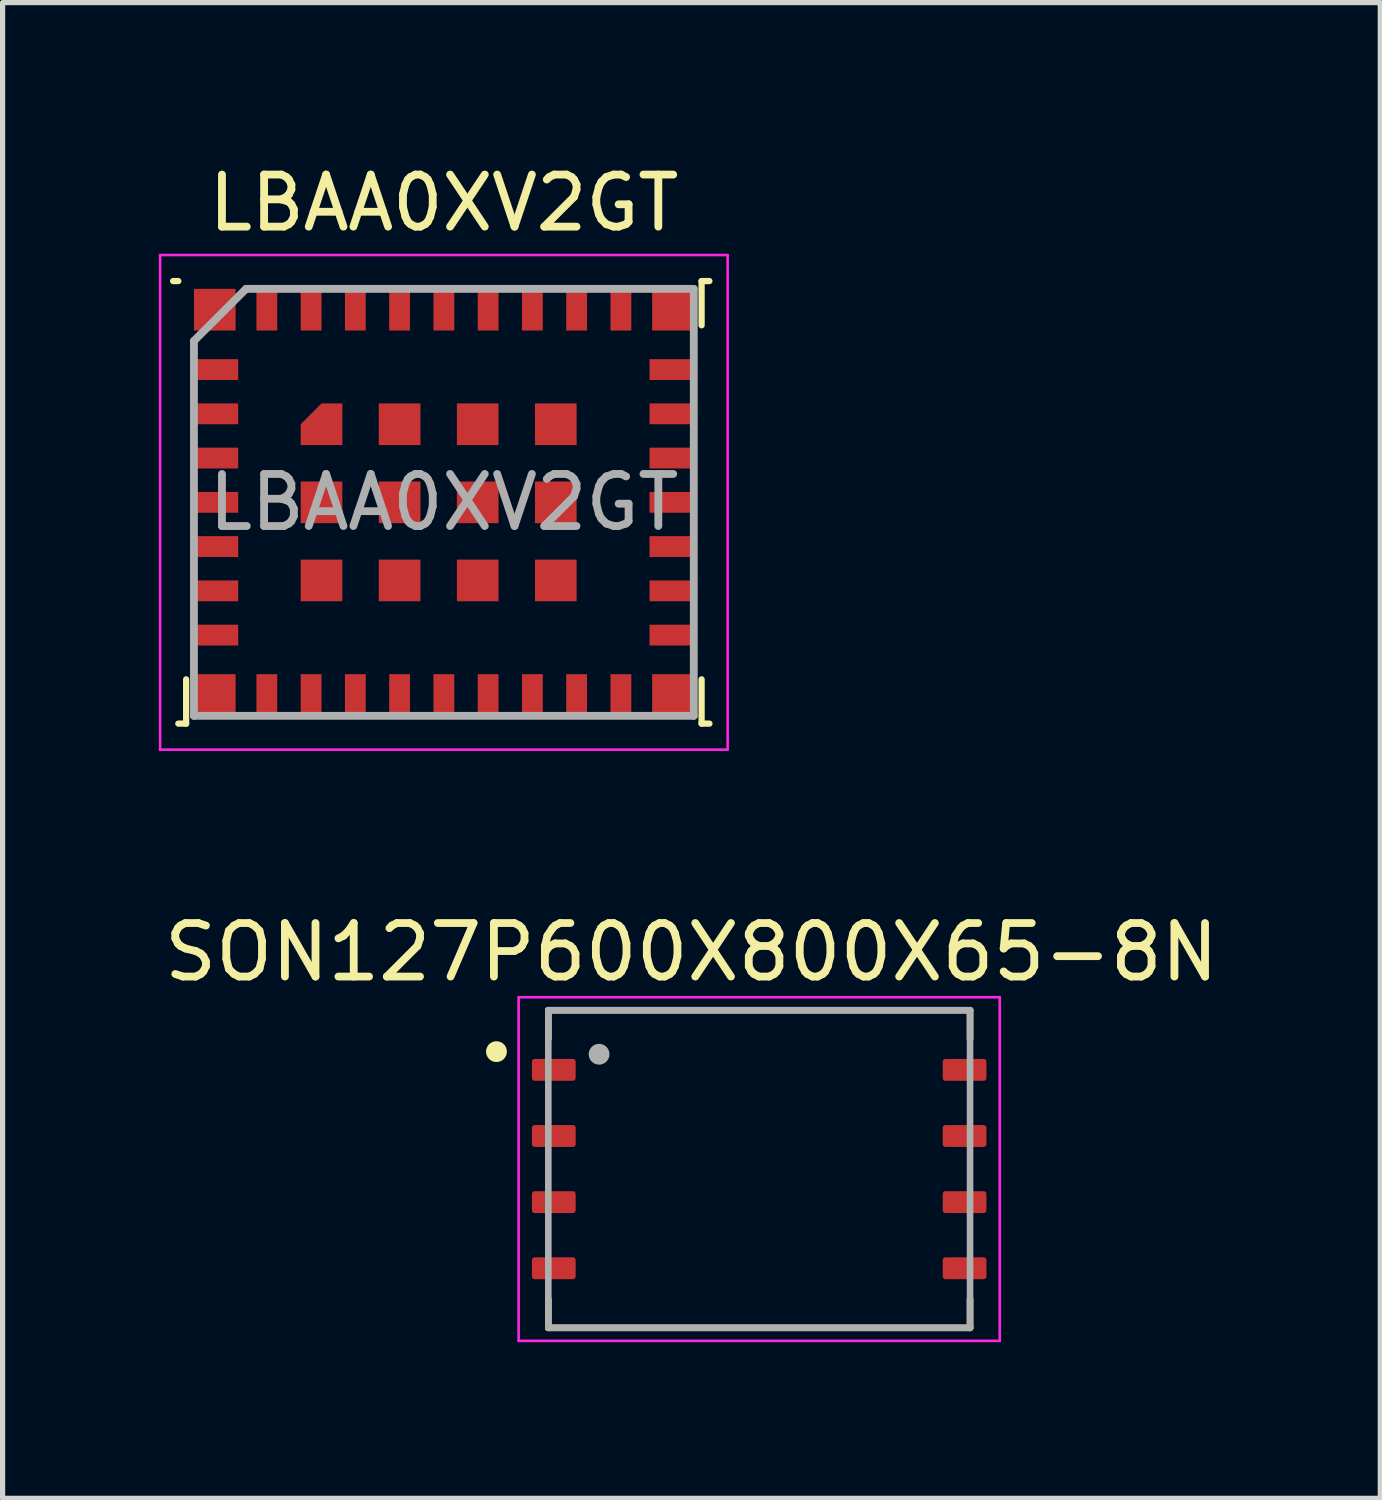
<source format=kicad_pcb>
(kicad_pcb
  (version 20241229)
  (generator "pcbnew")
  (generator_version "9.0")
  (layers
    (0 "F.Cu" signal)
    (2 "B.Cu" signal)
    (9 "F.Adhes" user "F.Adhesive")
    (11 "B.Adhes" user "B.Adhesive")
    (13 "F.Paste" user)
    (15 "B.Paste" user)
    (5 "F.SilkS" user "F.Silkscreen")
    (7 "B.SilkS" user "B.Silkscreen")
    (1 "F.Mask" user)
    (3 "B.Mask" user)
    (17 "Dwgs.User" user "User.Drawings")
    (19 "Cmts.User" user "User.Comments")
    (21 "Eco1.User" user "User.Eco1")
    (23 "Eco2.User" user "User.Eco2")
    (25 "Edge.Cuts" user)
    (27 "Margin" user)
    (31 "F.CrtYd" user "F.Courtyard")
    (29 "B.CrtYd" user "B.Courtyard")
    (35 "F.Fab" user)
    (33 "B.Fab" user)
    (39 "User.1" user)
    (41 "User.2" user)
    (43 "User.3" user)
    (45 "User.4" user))
  (footprint "LBAA0XV2GT"
    (layer "F.Cu")
    (at 5.475 6.598)
    (property "Reference" "LBAA0XV2GT" (at 0 -5.75 0) (layer "F.SilkS") (effects (font (size 1 1) (thickness 0.15))))
    (attr smd)
    (fp_line (start -5.1 -4.25) (end -5.2 -4.25) (stroke (width 0.12) (type default)) (layer "F.SilkS"))
    (fp_line (start -5.1 4.25) (end -4.95 4.25) (stroke (width 0.12) (type default)) (layer "F.SilkS"))
    (fp_line (start -4.95 4.25) (end -4.95 3.4) (stroke (width 0.12) (type default)) (layer "F.SilkS"))
    (fp_line (start 4.95 -4.25) (end 4.95 -3.4) (stroke (width 0.12) (type default)) (layer "F.SilkS"))
    (fp_line (start 4.95 4.25) (end 4.95 3.4) (stroke (width 0.12) (type default)) (layer "F.SilkS"))
    (fp_line (start 5.1 -4.25) (end 4.95 -4.25) (stroke (width 0.12) (type default)) (layer "F.SilkS"))
    (fp_line (start 5.1 4.25) (end 4.95 4.25) (stroke (width 0.12) (type default)) (layer "F.SilkS"))
    (fp_line (start -5.45 -4.75) (end 5.45 -4.75) (stroke (width 0.05) (type default)) (layer "F.CrtYd"))
    (fp_line (start -5.45 4.75) (end -5.45 -4.75) (stroke (width 0.05) (type default)) (layer "F.CrtYd"))
    (fp_line (start 5.45 -4.75) (end 5.45 4.75) (stroke (width 0.05) (type default)) (layer "F.CrtYd"))
    (fp_line (start 5.45 4.75) (end -5.45 4.75) (stroke (width 0.05) (type default)) (layer "F.CrtYd"))
    (fp_line (start -4.8 -3.1) (end -4.8 4.1) (stroke (width 0.15) (type default)) (layer "F.Fab"))
    (fp_line (start -4.8 4.1) (end 4.8 4.1) (stroke (width 0.15) (type default)) (layer "F.Fab"))
    (fp_line (start -3.8 -4.1) (end -4.8 -3.1) (stroke (width 0.15) (type default)) (layer "F.Fab"))
    (fp_line (start 4.8 -4.1) (end -3.8 -4.1) (stroke (width 0.15) (type default)) (layer "F.Fab"))
    (fp_line (start 4.8 4.1) (end 4.8 -4.1) (stroke (width 0.15) (type default)) (layer "F.Fab"))
    (fp_text user "${REFERENCE}" (at 0 0 0) (layer "F.Fab") (effects (font (size 1 1) (thickness 0.15))))
    (pad "1" smd rect (at -4.35 -2.55 90) (size 0.4 0.8) (layers "F.Cu" "F.Mask" "F.Paste"))
    (pad "2" smd rect (at -4.35 -1.7 90) (size 0.4 0.8) (layers "F.Cu" "F.Mask" "F.Paste"))
    (pad "3" smd rect (at -4.35 -0.85 90) (size 0.4 0.8) (layers "F.Cu" "F.Mask" "F.Paste"))
    (pad "4" smd rect (at -4.35 0 90) (size 0.4 0.8) (layers "F.Cu" "F.Mask" "F.Paste"))
    (pad "5" smd rect (at -4.35 0.85 90) (size 0.4 0.8) (layers "F.Cu" "F.Mask" "F.Paste"))
    (pad "6" smd rect (at -4.35 1.7 90) (size 0.4 0.8) (layers "F.Cu" "F.Mask" "F.Paste"))
    (pad "7" smd rect (at -4.35 2.55 90) (size 0.4 0.8) (layers "F.Cu" "F.Mask" "F.Paste"))
    (pad "8" smd rect (at -4.4 3.7) (size 0.8 0.8) (layers "F.Cu" "F.Mask" "F.Paste"))
    (pad "9" smd rect (at -3.4 3.7) (size 0.4 0.8) (layers "F.Cu" "F.Mask" "F.Paste"))
    (pad "10" smd rect (at -2.55 3.7) (size 0.4 0.8) (layers "F.Cu" "F.Mask" "F.Paste"))
    (pad "11" smd rect (at -1.7 3.7) (size 0.4 0.8) (layers "F.Cu" "F.Mask" "F.Paste"))
    (pad "12" smd rect (at -0.85 3.7) (size 0.4 0.8) (layers "F.Cu" "F.Mask" "F.Paste"))
    (pad "13" smd rect (at 0 3.7) (size 0.4 0.8) (layers "F.Cu" "F.Mask" "F.Paste"))
    (pad "14" smd rect (at 0.85 3.7) (size 0.4 0.8) (layers "F.Cu" "F.Mask" "F.Paste"))
    (pad "15" smd rect (at 1.7 3.7) (size 0.4 0.8) (layers "F.Cu" "F.Mask" "F.Paste"))
    (pad "16" smd rect (at 2.55 3.7) (size 0.4 0.8) (layers "F.Cu" "F.Mask" "F.Paste"))
    (pad "17" smd rect (at 3.4 3.7) (size 0.4 0.8) (layers "F.Cu" "F.Mask" "F.Paste"))
    (pad "18" smd rect (at 4.4 3.7) (size 0.8 0.8) (layers "F.Cu" "F.Mask" "F.Paste"))
    (pad "19" smd rect (at 4.35 2.55 90) (size 0.4 0.8) (layers "F.Cu" "F.Mask" "F.Paste"))
    (pad "20" smd rect (at 4.35 1.7 90) (size 0.4 0.8) (layers "F.Cu" "F.Mask" "F.Paste"))
    (pad "21" smd rect (at 4.35 0.85 90) (size 0.4 0.8) (layers "F.Cu" "F.Mask" "F.Paste"))
    (pad "22" smd rect (at 4.35 0 90) (size 0.4 0.8) (layers "F.Cu" "F.Mask" "F.Paste"))
    (pad "23" smd rect (at 4.35 -0.85 90) (size 0.4 0.8) (layers "F.Cu" "F.Mask" "F.Paste"))
    (pad "24" smd rect (at 4.35 -1.7 90) (size 0.4 0.8) (layers "F.Cu" "F.Mask" "F.Paste"))
    (pad "25" smd rect (at 4.35 -2.55 90) (size 0.4 0.8) (layers "F.Cu" "F.Mask" "F.Paste"))
    (pad "26" smd rect (at 4.4 -3.7) (size 0.8 0.8) (layers "F.Cu" "F.Mask" "F.Paste"))
    (pad "27" smd rect (at 3.4 -3.7) (size 0.4 0.8) (layers "F.Cu" "F.Mask" "F.Paste"))
    (pad "28" smd rect (at 2.55 -3.7) (size 0.4 0.8) (layers "F.Cu" "F.Mask" "F.Paste"))
    (pad "29" smd rect (at 1.7 -3.7) (size 0.4 0.8) (layers "F.Cu" "F.Mask" "F.Paste"))
    (pad "30" smd rect (at 0.85 -3.7) (size 0.4 0.8) (layers "F.Cu" "F.Mask" "F.Paste"))
    (pad "31" smd rect (at 0 -3.7) (size 0.4 0.8) (layers "F.Cu" "F.Mask" "F.Paste"))
    (pad "32" smd rect (at -0.85 -3.7) (size 0.4 0.8) (layers "F.Cu" "F.Mask" "F.Paste"))
    (pad "33" smd rect (at -1.7 -3.7) (size 0.4 0.8) (layers "F.Cu" "F.Mask" "F.Paste"))
    (pad "34" smd rect (at -2.55 -3.7) (size 0.4 0.8) (layers "F.Cu" "F.Mask" "F.Paste"))
    (pad "35" smd rect (at -3.4 -3.7) (size 0.4 0.8) (layers "F.Cu" "F.Mask" "F.Paste"))
    (pad "36" smd rect (at -4.4 -3.7) (size 0.8 0.8) (layers "F.Cu" "F.Mask" "F.Paste"))
    (pad "37" smd roundrect (at -2.35 -1.5) (size 0.8 0.8) (layers "F.Cu" "F.Mask" "F.Paste") (roundrect_rratio 0) (chamfer_ratio 0.5) (chamfer top_left))
    (pad "38" smd rect (at -2.35 0) (size 0.8 0.8) (layers "F.Cu" "F.Mask" "F.Paste"))
    (pad "39" smd rect (at -2.35 1.5) (size 0.8 0.8) (layers "F.Cu" "F.Mask" "F.Paste"))
    (pad "40" smd rect (at -0.85 -1.5) (size 0.8 0.8) (layers "F.Cu" "F.Mask" "F.Paste"))
    (pad "41" smd rect (at -0.85 0) (size 0.8 0.8) (layers "F.Cu" "F.Mask" "F.Paste"))
    (pad "42" smd rect (at -0.85 1.5) (size 0.8 0.8) (layers "F.Cu" "F.Mask" "F.Paste"))
    (pad "43" smd rect (at 0.65 -1.5) (size 0.8 0.8) (layers "F.Cu" "F.Mask" "F.Paste"))
    (pad "44" smd rect (at 0.65 0) (size 0.8 0.8) (layers "F.Cu" "F.Mask" "F.Paste"))
    (pad "45" smd rect (at 0.65 1.5) (size 0.8 0.8) (layers "F.Cu" "F.Mask" "F.Paste"))
    (pad "46" smd rect (at 2.15 -1.5) (size 0.8 0.8) (layers "F.Cu" "F.Mask" "F.Paste"))
    (pad "47" smd rect (at 2.15 0) (size 0.8 0.8) (layers "F.Cu" "F.Mask" "F.Paste"))
    (pad "48" smd rect (at 2.15 1.5) (size 0.8 0.8) (layers "F.Cu" "F.Mask" "F.Paste")))
  (footprint "SON127P600X800X65-8N"
    (layer "F.Cu")
    (at 11.531 19.403)
    (property "Reference" "SON127P600X800X65-8N" (at -1.301 -4.165 0) (layer "F.SilkS") (effects (font (size 1.028 1.028) (thickness 0.15))))
    (attr smd)
    (fp_line (start -4.05 -3.05) (end -4.05 -2.5) (stroke (width 0.127) (type solid)) (layer "F.SilkS"))
    (fp_line (start -4.05 -3.05) (end 4.05 -3.05) (stroke (width 0.127) (type solid)) (layer "F.SilkS"))
    (fp_line (start -4.05 3.05) (end -4.05 2.5) (stroke (width 0.127) (type solid)) (layer "F.SilkS"))
    (fp_line (start 4.05 -3.05) (end 4.05 -2.5) (stroke (width 0.127) (type solid)) (layer "F.SilkS"))
    (fp_line (start 4.05 3.05) (end -4.05 3.05) (stroke (width 0.127) (type solid)) (layer "F.SilkS"))
    (fp_line (start 4.05 3.05) (end 4.05 2.5) (stroke (width 0.127) (type solid)) (layer "F.SilkS"))
    (fp_circle (center -5.046 -2.255) (end -4.946 -2.255) (stroke (width 0.2) (type solid)) (fill no) (layer "F.SilkS"))
    (fp_line (start -4.62 -3.3) (end 4.62 -3.3) (stroke (width 0.05) (type solid)) (layer "F.CrtYd"))
    (fp_line (start -4.62 3.3) (end -4.62 -3.3) (stroke (width 0.05) (type solid)) (layer "F.CrtYd"))
    (fp_line (start 4.62 -3.3) (end 4.62 3.3) (stroke (width 0.05) (type solid)) (layer "F.CrtYd"))
    (fp_line (start 4.62 3.3) (end -4.62 3.3) (stroke (width 0.05) (type solid)) (layer "F.CrtYd"))
    (fp_line (start -4.05 -3.05) (end 4.05 -3.05) (stroke (width 0.127) (type solid)) (layer "F.Fab"))
    (fp_line (start -4.05 3.05) (end -4.05 -3.05) (stroke (width 0.127) (type solid)) (layer "F.Fab"))
    (fp_line (start 4.05 -3.05) (end 4.05 3.05) (stroke (width 0.127) (type solid)) (layer "F.Fab"))
    (fp_line (start 4.05 3.05) (end -4.05 3.05) (stroke (width 0.127) (type solid)) (layer "F.Fab"))
    (fp_circle (center -3.075 -2.205) (end -2.975 -2.205) (stroke (width 0.2) (type solid)) (fill no) (layer "F.Fab"))
    (pad "1" smd roundrect (at -3.945 -1.905) (size 0.84 0.42) (layers "F.Cu" "F.Mask" "F.Paste") (roundrect_rratio 0.125))
    (pad "2" smd roundrect (at -3.945 -0.635) (size 0.84 0.42) (layers "F.Cu" "F.Mask" "F.Paste") (roundrect_rratio 0.125))
    (pad "3" smd roundrect (at -3.945 0.635) (size 0.84 0.42) (layers "F.Cu" "F.Mask" "F.Paste") (roundrect_rratio 0.125))
    (pad "4" smd roundrect (at -3.945 1.905) (size 0.84 0.42) (layers "F.Cu" "F.Mask" "F.Paste") (roundrect_rratio 0.125))
    (pad "5" smd roundrect (at 3.945 1.905) (size 0.84 0.42) (layers "F.Cu" "F.Mask" "F.Paste") (roundrect_rratio 0.125))
    (pad "6" smd roundrect (at 3.945 0.635) (size 0.84 0.42) (layers "F.Cu" "F.Mask" "F.Paste") (roundrect_rratio 0.125))
    (pad "7" smd roundrect (at 3.945 -0.635) (size 0.84 0.42) (layers "F.Cu" "F.Mask" "F.Paste") (roundrect_rratio 0.125))
    (pad "8" smd roundrect (at 3.945 -1.905) (size 0.84 0.42) (layers "F.Cu" "F.Mask" "F.Paste") (roundrect_rratio 0.125)))
  (gr_rect
    (start -3 -3)
    (end 23.46 25.728)
    (stroke (width 0.1) (type default))
    (fill no)
    (layer "Edge.Cuts")))
</source>
